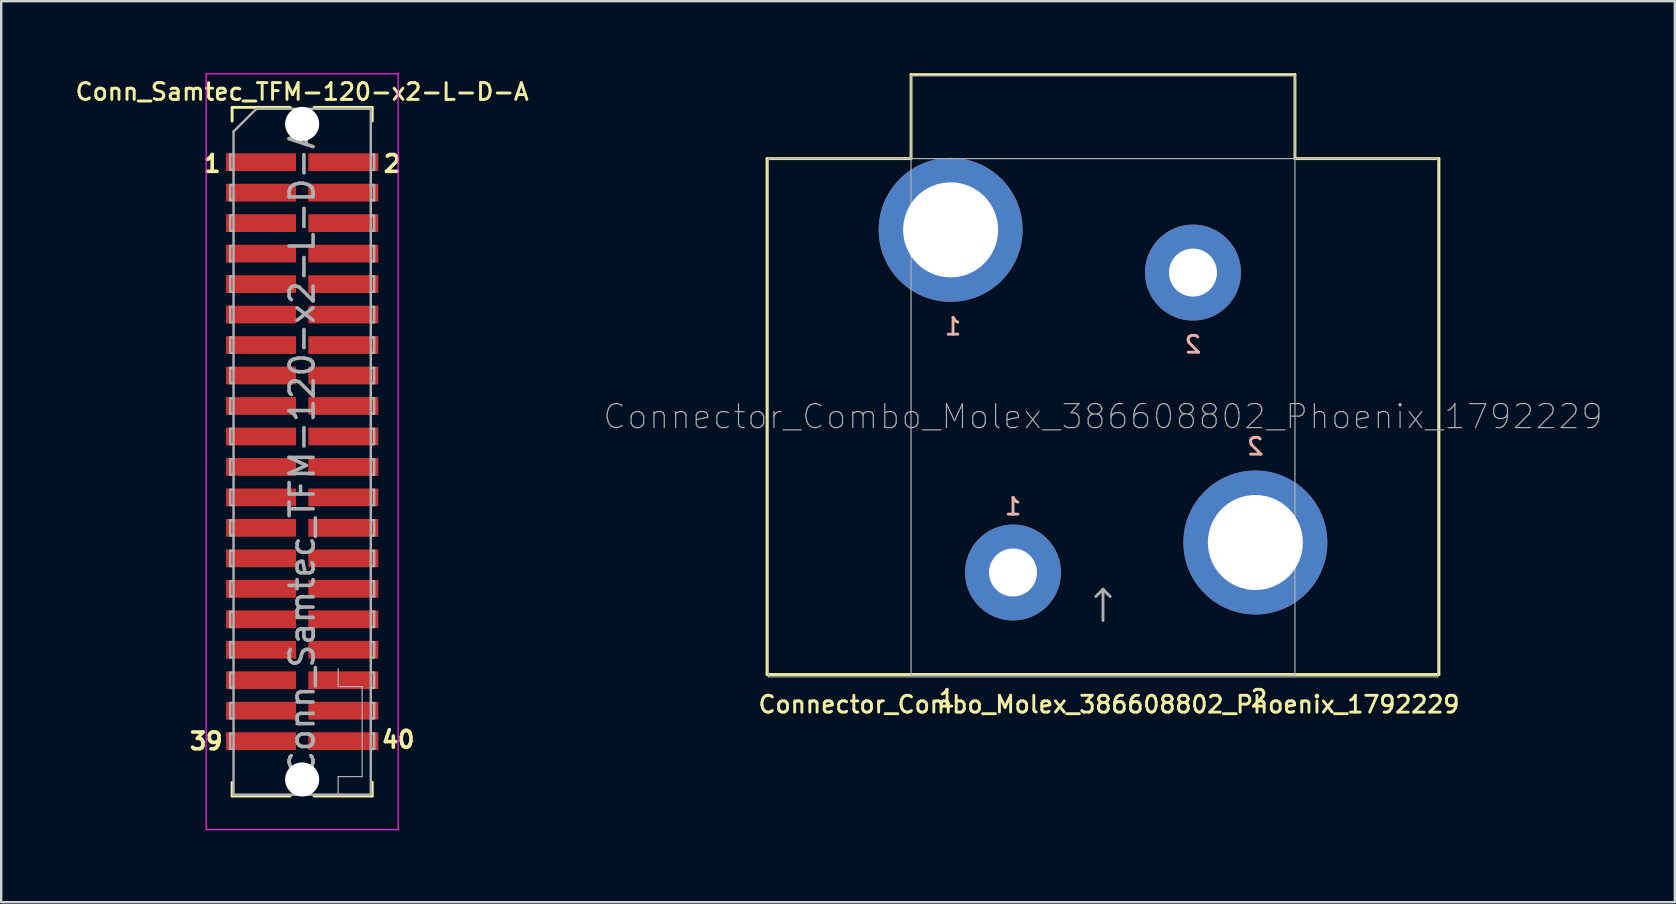
<source format=kicad_pcb>
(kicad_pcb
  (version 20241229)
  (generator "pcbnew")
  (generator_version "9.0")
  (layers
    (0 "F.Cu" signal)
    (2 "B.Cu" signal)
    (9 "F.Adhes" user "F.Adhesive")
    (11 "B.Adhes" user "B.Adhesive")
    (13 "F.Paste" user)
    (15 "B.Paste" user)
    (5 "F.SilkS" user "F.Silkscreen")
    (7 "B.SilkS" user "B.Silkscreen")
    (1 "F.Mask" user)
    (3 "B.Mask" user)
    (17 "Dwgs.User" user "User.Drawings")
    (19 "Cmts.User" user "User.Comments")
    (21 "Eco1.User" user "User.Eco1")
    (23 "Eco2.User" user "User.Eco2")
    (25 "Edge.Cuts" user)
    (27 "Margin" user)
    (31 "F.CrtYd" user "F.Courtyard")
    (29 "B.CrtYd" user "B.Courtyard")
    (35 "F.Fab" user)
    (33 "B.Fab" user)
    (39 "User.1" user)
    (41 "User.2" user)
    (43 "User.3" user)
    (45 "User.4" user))
  (footprint "Conn_Samtec_TFM-120-x2-L-D-A"
    (layer "F.Cu")
    (at 9.543 15.775)
    (property "Reference" "Conn_Samtec_TFM-120-x2-L-D-A" (at 0 -15 0) (layer "F.SilkS") (effects (font (size 0.7 0.7) (thickness 0.12))))
    (attr smd)
    (fp_line (start -2.92 -14.35) (end -2.92 -13.78) (stroke (width 0.12) (type solid)) (layer "F.SilkS"))
    (fp_line (start -2.92 -14.35) (end -0.5 -14.35) (stroke (width 0.12) (type solid)) (layer "F.SilkS"))
    (fp_line (start -2.92 13.78) (end -2.92 14.35) (stroke (width 0.12) (type solid)) (layer "F.SilkS"))
    (fp_line (start -2.92 14.35) (end -0.5 14.35) (stroke (width 0.12) (type solid)) (layer "F.SilkS"))
    (fp_line (start 0.5 -14.35) (end 2.92 -14.35) (stroke (width 0.12) (type solid)) (layer "F.SilkS"))
    (fp_line (start 0.5 14.35) (end 2.92 14.35) (stroke (width 0.12) (type solid)) (layer "F.SilkS"))
    (fp_line (start 2.92 -14.35) (end 2.92 -13.78) (stroke (width 0.12) (type solid)) (layer "F.SilkS"))
    (fp_line (start 2.92 13.78) (end 2.92 14.35) (stroke (width 0.12) (type solid)) (layer "F.SilkS"))
    (fp_line (start -4 15.75) (end -4 -15.75) (stroke (width 0.05) (type solid)) (layer "F.CrtYd"))
    (fp_line (start -4 15.75) (end 4 15.75) (stroke (width 0.05) (type solid)) (layer "F.CrtYd"))
    (fp_line (start 4 -15.75) (end -4 -15.75) (stroke (width 0.05) (type solid)) (layer "F.CrtYd"))
    (fp_line (start 4 15.75) (end 4 -15.75) (stroke (width 0.05) (type solid)) (layer "F.CrtYd"))
    (fp_line (start -3 -12.385) (end -3 -11.745) (stroke (width 0.1) (type solid)) (layer "F.Fab"))
    (fp_line (start -3 -11.745) (end -2.86 -11.745) (stroke (width 0.1) (type solid)) (layer "F.Fab"))
    (fp_line (start -3 -11.115) (end -3 -10.475) (stroke (width 0.1) (type solid)) (layer "F.Fab"))
    (fp_line (start -3 -10.475) (end -2.86 -10.475) (stroke (width 0.1) (type solid)) (layer "F.Fab"))
    (fp_line (start -3 -9.845) (end -3 -9.205) (stroke (width 0.1) (type solid)) (layer "F.Fab"))
    (fp_line (start -3 -9.205) (end -2.86 -9.205) (stroke (width 0.1) (type solid)) (layer "F.Fab"))
    (fp_line (start -3 -8.575) (end -3 -7.935) (stroke (width 0.1) (type solid)) (layer "F.Fab"))
    (fp_line (start -3 -7.935) (end -2.86 -7.935) (stroke (width 0.1) (type solid)) (layer "F.Fab"))
    (fp_line (start -3 -7.305) (end -3 -6.665) (stroke (width 0.1) (type solid)) (layer "F.Fab"))
    (fp_line (start -3 -6.665) (end -2.86 -6.665) (stroke (width 0.1) (type solid)) (layer "F.Fab"))
    (fp_line (start -3 -6.035) (end -3 -5.395) (stroke (width 0.1) (type solid)) (layer "F.Fab"))
    (fp_line (start -3 -5.395) (end -2.86 -5.395) (stroke (width 0.1) (type solid)) (layer "F.Fab"))
    (fp_line (start -3 -4.765) (end -3 -4.125) (stroke (width 0.1) (type solid)) (layer "F.Fab"))
    (fp_line (start -3 -4.125) (end -2.86 -4.125) (stroke (width 0.1) (type solid)) (layer "F.Fab"))
    (fp_line (start -3 -3.495) (end -3 -2.855) (stroke (width 0.1) (type solid)) (layer "F.Fab"))
    (fp_line (start -3 -2.855) (end -2.86 -2.855) (stroke (width 0.1) (type solid)) (layer "F.Fab"))
    (fp_line (start -3 -2.225) (end -3 -1.585) (stroke (width 0.1) (type solid)) (layer "F.Fab"))
    (fp_line (start -3 -1.585) (end -2.86 -1.585) (stroke (width 0.1) (type solid)) (layer "F.Fab"))
    (fp_line (start -3 -0.955) (end -3 -0.315) (stroke (width 0.1) (type solid)) (layer "F.Fab"))
    (fp_line (start -3 -0.315) (end -2.86 -0.315) (stroke (width 0.1) (type solid)) (layer "F.Fab"))
    (fp_line (start -3 0.315) (end -3 0.955) (stroke (width 0.1) (type solid)) (layer "F.Fab"))
    (fp_line (start -3 0.955) (end -2.86 0.955) (stroke (width 0.1) (type solid)) (layer "F.Fab"))
    (fp_line (start -3 1.585) (end -3 2.225) (stroke (width 0.1) (type solid)) (layer "F.Fab"))
    (fp_line (start -3 2.225) (end -2.86 2.225) (stroke (width 0.1) (type solid)) (layer "F.Fab"))
    (fp_line (start -3 2.855) (end -3 3.495) (stroke (width 0.1) (type solid)) (layer "F.Fab"))
    (fp_line (start -3 3.495) (end -2.86 3.495) (stroke (width 0.1) (type solid)) (layer "F.Fab"))
    (fp_line (start -3 4.125) (end -3 4.765) (stroke (width 0.1) (type solid)) (layer "F.Fab"))
    (fp_line (start -3 4.765) (end -2.86 4.765) (stroke (width 0.1) (type solid)) (layer "F.Fab"))
    (fp_line (start -3 5.395) (end -3 6.035) (stroke (width 0.1) (type solid)) (layer "F.Fab"))
    (fp_line (start -3 6.035) (end -2.86 6.035) (stroke (width 0.1) (type solid)) (layer "F.Fab"))
    (fp_line (start -3 6.665) (end -3 7.305) (stroke (width 0.1) (type solid)) (layer "F.Fab"))
    (fp_line (start -3 7.305) (end -2.86 7.305) (stroke (width 0.1) (type solid)) (layer "F.Fab"))
    (fp_line (start -3 7.935) (end -3 8.575) (stroke (width 0.1) (type solid)) (layer "F.Fab"))
    (fp_line (start -3 8.575) (end -2.86 8.575) (stroke (width 0.1) (type solid)) (layer "F.Fab"))
    (fp_line (start -3 9.205) (end -3 9.845) (stroke (width 0.1) (type solid)) (layer "F.Fab"))
    (fp_line (start -3 9.845) (end -2.86 9.845) (stroke (width 0.1) (type solid)) (layer "F.Fab"))
    (fp_line (start -3 10.475) (end -3 11.115) (stroke (width 0.1) (type solid)) (layer "F.Fab"))
    (fp_line (start -3 11.115) (end -2.86 11.115) (stroke (width 0.1) (type solid)) (layer "F.Fab"))
    (fp_line (start -3 11.745) (end -3 12.385) (stroke (width 0.1) (type solid)) (layer "F.Fab"))
    (fp_line (start -3 12.385) (end -2.86 12.385) (stroke (width 0.1) (type solid)) (layer "F.Fab"))
    (fp_line (start -2.86 -13.34) (end -1.91 -14.29) (stroke (width 0.1) (type solid)) (layer "F.Fab"))
    (fp_line (start -2.86 -12.385) (end -3 -12.385) (stroke (width 0.1) (type solid)) (layer "F.Fab"))
    (fp_line (start -2.86 -11.115) (end -3 -11.115) (stroke (width 0.1) (type solid)) (layer "F.Fab"))
    (fp_line (start -2.86 -9.845) (end -3 -9.845) (stroke (width 0.1) (type solid)) (layer "F.Fab"))
    (fp_line (start -2.86 -8.575) (end -3 -8.575) (stroke (width 0.1) (type solid)) (layer "F.Fab"))
    (fp_line (start -2.86 -7.305) (end -3 -7.305) (stroke (width 0.1) (type solid)) (layer "F.Fab"))
    (fp_line (start -2.86 -6.035) (end -3 -6.035) (stroke (width 0.1) (type solid)) (layer "F.Fab"))
    (fp_line (start -2.86 -4.765) (end -3 -4.765) (stroke (width 0.1) (type solid)) (layer "F.Fab"))
    (fp_line (start -2.86 -3.495) (end -3 -3.495) (stroke (width 0.1) (type solid)) (layer "F.Fab"))
    (fp_line (start -2.86 -2.225) (end -3 -2.225) (stroke (width 0.1) (type solid)) (layer "F.Fab"))
    (fp_line (start -2.86 -0.955) (end -3 -0.955) (stroke (width 0.1) (type solid)) (layer "F.Fab"))
    (fp_line (start -2.86 0.315) (end -3 0.315) (stroke (width 0.1) (type solid)) (layer "F.Fab"))
    (fp_line (start -2.86 1.585) (end -3 1.585) (stroke (width 0.1) (type solid)) (layer "F.Fab"))
    (fp_line (start -2.86 2.855) (end -3 2.855) (stroke (width 0.1) (type solid)) (layer "F.Fab"))
    (fp_line (start -2.86 4.125) (end -3 4.125) (stroke (width 0.1) (type solid)) (layer "F.Fab"))
    (fp_line (start -2.86 5.395) (end -3 5.395) (stroke (width 0.1) (type solid)) (layer "F.Fab"))
    (fp_line (start -2.86 6.665) (end -3 6.665) (stroke (width 0.1) (type solid)) (layer "F.Fab"))
    (fp_line (start -2.86 7.935) (end -3 7.935) (stroke (width 0.1) (type solid)) (layer "F.Fab"))
    (fp_line (start -2.86 9.205) (end -3 9.205) (stroke (width 0.1) (type solid)) (layer "F.Fab"))
    (fp_line (start -2.86 10.475) (end -3 10.475) (stroke (width 0.1) (type solid)) (layer "F.Fab"))
    (fp_line (start -2.86 11.745) (end -3 11.745) (stroke (width 0.1) (type solid)) (layer "F.Fab"))
    (fp_line (start -2.86 14.29) (end -2.86 -13.34) (stroke (width 0.1) (type solid)) (layer "F.Fab"))
    (fp_line (start -1.91 -14.29) (end 2.86 -14.29) (stroke (width 0.1) (type solid)) (layer "F.Fab"))
    (fp_line (start 1.5 9.79) (end 1.5 9.04) (stroke (width 0.05) (type solid)) (layer "F.Fab"))
    (fp_line (start 1.5 13.54) (end 2.5 13.54) (stroke (width 0.05) (type solid)) (layer "F.Fab"))
    (fp_line (start 1.5 14.29) (end 1.5 13.54) (stroke (width 0.05) (type solid)) (layer "F.Fab"))
    (fp_line (start 2.5 9.79) (end 1.5 9.79) (stroke (width 0.05) (type solid)) (layer "F.Fab"))
    (fp_line (start 2.5 13.54) (end 2.5 9.79) (stroke (width 0.05) (type solid)) (layer "F.Fab"))
    (fp_line (start 2.86 -14.29) (end 2.86 14.29) (stroke (width 0.1) (type solid)) (layer "F.Fab"))
    (fp_line (start 2.86 -11.745) (end 3 -11.745) (stroke (width 0.1) (type solid)) (layer "F.Fab"))
    (fp_line (start 2.86 -10.475) (end 3 -10.475) (stroke (width 0.1) (type solid)) (layer "F.Fab"))
    (fp_line (start 2.86 -9.205) (end 3 -9.205) (stroke (width 0.1) (type solid)) (layer "F.Fab"))
    (fp_line (start 2.86 -7.935) (end 3 -7.935) (stroke (width 0.1) (type solid)) (layer "F.Fab"))
    (fp_line (start 2.86 -6.665) (end 3 -6.665) (stroke (width 0.1) (type solid)) (layer "F.Fab"))
    (fp_line (start 2.86 -5.395) (end 3 -5.395) (stroke (width 0.1) (type solid)) (layer "F.Fab"))
    (fp_line (start 2.86 -4.125) (end 3 -4.125) (stroke (width 0.1) (type solid)) (layer "F.Fab"))
    (fp_line (start 2.86 -2.855) (end 3 -2.855) (stroke (width 0.1) (type solid)) (layer "F.Fab"))
    (fp_line (start 2.86 -1.585) (end 3 -1.585) (stroke (width 0.1) (type solid)) (layer "F.Fab"))
    (fp_line (start 2.86 -0.315) (end 3 -0.315) (stroke (width 0.1) (type solid)) (layer "F.Fab"))
    (fp_line (start 2.86 0.955) (end 3 0.955) (stroke (width 0.1) (type solid)) (layer "F.Fab"))
    (fp_line (start 2.86 2.225) (end 3 2.225) (stroke (width 0.1) (type solid)) (layer "F.Fab"))
    (fp_line (start 2.86 3.495) (end 3 3.495) (stroke (width 0.1) (type solid)) (layer "F.Fab"))
    (fp_line (start 2.86 4.765) (end 3 4.765) (stroke (width 0.1) (type solid)) (layer "F.Fab"))
    (fp_line (start 2.86 6.035) (end 3 6.035) (stroke (width 0.1) (type solid)) (layer "F.Fab"))
    (fp_line (start 2.86 7.305) (end 3 7.305) (stroke (width 0.1) (type solid)) (layer "F.Fab"))
    (fp_line (start 2.86 8.575) (end 3 8.575) (stroke (width 0.1) (type solid)) (layer "F.Fab"))
    (fp_line (start 2.86 9.845) (end 3 9.845) (stroke (width 0.1) (type solid)) (layer "F.Fab"))
    (fp_line (start 2.86 11.115) (end 3 11.115) (stroke (width 0.1) (type solid)) (layer "F.Fab"))
    (fp_line (start 2.86 12.385) (end 3 12.385) (stroke (width 0.1) (type solid)) (layer "F.Fab"))
    (fp_line (start 2.86 14.29) (end -2.86 14.29) (stroke (width 0.1) (type solid)) (layer "F.Fab"))
    (fp_line (start 3 -12.385) (end 2.86 -12.385) (stroke (width 0.1) (type solid)) (layer "F.Fab"))
    (fp_line (start 3 -11.745) (end 3 -12.385) (stroke (width 0.1) (type solid)) (layer "F.Fab"))
    (fp_line (start 3 -11.115) (end 2.86 -11.115) (stroke (width 0.1) (type solid)) (layer "F.Fab"))
    (fp_line (start 3 -10.475) (end 3 -11.115) (stroke (width 0.1) (type solid)) (layer "F.Fab"))
    (fp_line (start 3 -9.845) (end 2.86 -9.845) (stroke (width 0.1) (type solid)) (layer "F.Fab"))
    (fp_line (start 3 -9.205) (end 3 -9.845) (stroke (width 0.1) (type solid)) (layer "F.Fab"))
    (fp_line (start 3 -8.575) (end 2.86 -8.575) (stroke (width 0.1) (type solid)) (layer "F.Fab"))
    (fp_line (start 3 -7.935) (end 3 -8.575) (stroke (width 0.1) (type solid)) (layer "F.Fab"))
    (fp_line (start 3 -7.305) (end 2.86 -7.305) (stroke (width 0.1) (type solid)) (layer "F.Fab"))
    (fp_line (start 3 -6.665) (end 3 -7.305) (stroke (width 0.1) (type solid)) (layer "F.Fab"))
    (fp_line (start 3 -6.035) (end 2.86 -6.035) (stroke (width 0.1) (type solid)) (layer "F.Fab"))
    (fp_line (start 3 -5.395) (end 3 -6.035) (stroke (width 0.1) (type solid)) (layer "F.Fab"))
    (fp_line (start 3 -4.765) (end 2.86 -4.765) (stroke (width 0.1) (type solid)) (layer "F.Fab"))
    (fp_line (start 3 -4.125) (end 3 -4.765) (stroke (width 0.1) (type solid)) (layer "F.Fab"))
    (fp_line (start 3 -3.495) (end 2.86 -3.495) (stroke (width 0.1) (type solid)) (layer "F.Fab"))
    (fp_line (start 3 -2.855) (end 3 -3.495) (stroke (width 0.1) (type solid)) (layer "F.Fab"))
    (fp_line (start 3 -2.225) (end 2.86 -2.225) (stroke (width 0.1) (type solid)) (layer "F.Fab"))
    (fp_line (start 3 -1.585) (end 3 -2.225) (stroke (width 0.1) (type solid)) (layer "F.Fab"))
    (fp_line (start 3 -0.955) (end 2.86 -0.955) (stroke (width 0.1) (type solid)) (layer "F.Fab"))
    (fp_line (start 3 -0.315) (end 3 -0.955) (stroke (width 0.1) (type solid)) (layer "F.Fab"))
    (fp_line (start 3 0.315) (end 2.86 0.315) (stroke (width 0.1) (type solid)) (layer "F.Fab"))
    (fp_line (start 3 0.955) (end 3 0.315) (stroke (width 0.1) (type solid)) (layer "F.Fab"))
    (fp_line (start 3 1.585) (end 2.86 1.585) (stroke (width 0.1) (type solid)) (layer "F.Fab"))
    (fp_line (start 3 2.225) (end 3 1.585) (stroke (width 0.1) (type solid)) (layer "F.Fab"))
    (fp_line (start 3 2.855) (end 2.86 2.855) (stroke (width 0.1) (type solid)) (layer "F.Fab"))
    (fp_line (start 3 3.495) (end 3 2.855) (stroke (width 0.1) (type solid)) (layer "F.Fab"))
    (fp_line (start 3 4.125) (end 2.86 4.125) (stroke (width 0.1) (type solid)) (layer "F.Fab"))
    (fp_line (start 3 4.765) (end 3 4.125) (stroke (width 0.1) (type solid)) (layer "F.Fab"))
    (fp_line (start 3 5.395) (end 2.86 5.395) (stroke (width 0.1) (type solid)) (layer "F.Fab"))
    (fp_line (start 3 6.035) (end 3 5.395) (stroke (width 0.1) (type solid)) (layer "F.Fab"))
    (fp_line (start 3 6.665) (end 2.86 6.665) (stroke (width 0.1) (type solid)) (layer "F.Fab"))
    (fp_line (start 3 7.305) (end 3 6.665) (stroke (width 0.1) (type solid)) (layer "F.Fab"))
    (fp_line (start 3 7.935) (end 2.86 7.935) (stroke (width 0.1) (type solid)) (layer "F.Fab"))
    (fp_line (start 3 8.575) (end 3 7.935) (stroke (width 0.1) (type solid)) (layer "F.Fab"))
    (fp_line (start 3 9.205) (end 2.86 9.205) (stroke (width 0.1) (type solid)) (layer "F.Fab"))
    (fp_line (start 3 9.845) (end 3 9.205) (stroke (width 0.1) (type solid)) (layer "F.Fab"))
    (fp_line (start 3 10.475) (end 2.86 10.475) (stroke (width 0.1) (type solid)) (layer "F.Fab"))
    (fp_line (start 3 11.115) (end 3 10.475) (stroke (width 0.1) (type solid)) (layer "F.Fab"))
    (fp_line (start 3 11.745) (end 2.86 11.745) (stroke (width 0.1) (type solid)) (layer "F.Fab"))
    (fp_line (start 3 12.385) (end 3 11.745) (stroke (width 0.1) (type solid)) (layer "F.Fab"))
    (fp_text user "1" (at -3.75 -12 0) (layer "F.SilkS") (effects (font (size 0.7 0.7) (thickness 0.15))))
    (fp_text user "40" (at 4 12 180) (layer "F.SilkS") (effects (font (size 0.7 0.7) (thickness 0.15))))
    (fp_text user "39" (at -4 12.065 0) (layer "F.SilkS") (effects (font (size 0.7 0.7) (thickness 0.15))))
    (fp_text user "2" (at 3.75 -12 180) (layer "F.SilkS") (effects (font (size 0.7 0.7) (thickness 0.15))))
    (fp_text user "${REFERENCE}" (at 0 0 90) (layer "F.Fab") (effects (font (size 1 1) (thickness 0.15))))
    (pad "" np_thru_hole circle (at 0 -13.66) (size 1.42 1.42) (drill 1.42) (layers "*.Cu" "*.Mask"))
    (pad "" np_thru_hole circle (at 0 13.66) (size 1.42 1.42) (drill 1.42) (layers "*.Cu" "*.Mask"))
    (pad "1" smd rect (at -1.715 -12.065) (size 2.92 0.74) (layers "F.Cu" "F.Mask" "F.Paste"))
    (pad "2" smd rect (at 1.715 -12.065) (size 2.92 0.74) (layers "F.Cu" "F.Mask" "F.Paste"))
    (pad "3" smd rect (at -1.715 -10.795) (size 2.92 0.74) (layers "F.Cu" "F.Mask" "F.Paste"))
    (pad "4" smd rect (at 1.715 -10.795) (size 2.92 0.74) (layers "F.Cu" "F.Mask" "F.Paste"))
    (pad "5" smd rect (at -1.715 -9.525) (size 2.92 0.74) (layers "F.Cu" "F.Mask" "F.Paste"))
    (pad "6" smd rect (at 1.715 -9.525) (size 2.92 0.74) (layers "F.Cu" "F.Mask" "F.Paste"))
    (pad "7" smd rect (at -1.715 -8.255) (size 2.92 0.74) (layers "F.Cu" "F.Mask" "F.Paste"))
    (pad "8" smd rect (at 1.715 -8.255) (size 2.92 0.74) (layers "F.Cu" "F.Mask" "F.Paste"))
    (pad "9" smd rect (at -1.715 -6.985) (size 2.92 0.74) (layers "F.Cu" "F.Mask" "F.Paste"))
    (pad "10" smd rect (at 1.715 -6.985) (size 2.92 0.74) (layers "F.Cu" "F.Mask" "F.Paste"))
    (pad "11" smd rect (at -1.715 -5.715) (size 2.92 0.74) (layers "F.Cu" "F.Mask" "F.Paste"))
    (pad "12" smd rect (at 1.715 -5.715) (size 2.92 0.74) (layers "F.Cu" "F.Mask" "F.Paste"))
    (pad "13" smd rect (at -1.715 -4.445) (size 2.92 0.74) (layers "F.Cu" "F.Mask" "F.Paste"))
    (pad "14" smd rect (at 1.715 -4.445) (size 2.92 0.74) (layers "F.Cu" "F.Mask" "F.Paste"))
    (pad "15" smd rect (at -1.715 -3.175) (size 2.92 0.74) (layers "F.Cu" "F.Mask" "F.Paste"))
    (pad "16" smd rect (at 1.715 -3.175) (size 2.92 0.74) (layers "F.Cu" "F.Mask" "F.Paste"))
    (pad "17" smd rect (at -1.715 -1.905) (size 2.92 0.74) (layers "F.Cu" "F.Mask" "F.Paste"))
    (pad "18" smd rect (at 1.715 -1.905) (size 2.92 0.74) (layers "F.Cu" "F.Mask" "F.Paste"))
    (pad "19" smd rect (at -1.715 -0.635) (size 2.92 0.74) (layers "F.Cu" "F.Mask" "F.Paste"))
    (pad "20" smd rect (at 1.715 -0.635) (size 2.92 0.74) (layers "F.Cu" "F.Mask" "F.Paste"))
    (pad "21" smd rect (at -1.715 0.635) (size 2.92 0.74) (layers "F.Cu" "F.Mask" "F.Paste"))
    (pad "22" smd rect (at 1.715 0.635) (size 2.92 0.74) (layers "F.Cu" "F.Mask" "F.Paste"))
    (pad "23" smd rect (at -1.715 1.905) (size 2.92 0.74) (layers "F.Cu" "F.Mask" "F.Paste"))
    (pad "24" smd rect (at 1.715 1.905) (size 2.92 0.74) (layers "F.Cu" "F.Mask" "F.Paste"))
    (pad "25" smd rect (at -1.715 3.175) (size 2.92 0.74) (layers "F.Cu" "F.Mask" "F.Paste"))
    (pad "26" smd rect (at 1.715 3.175) (size 2.92 0.74) (layers "F.Cu" "F.Mask" "F.Paste"))
    (pad "27" smd rect (at -1.715 4.445) (size 2.92 0.74) (layers "F.Cu" "F.Mask" "F.Paste"))
    (pad "28" smd rect (at 1.715 4.445) (size 2.92 0.74) (layers "F.Cu" "F.Mask" "F.Paste"))
    (pad "29" smd rect (at -1.715 5.715) (size 2.92 0.74) (layers "F.Cu" "F.Mask" "F.Paste"))
    (pad "30" smd rect (at 1.715 5.715) (size 2.92 0.74) (layers "F.Cu" "F.Mask" "F.Paste"))
    (pad "31" smd rect (at -1.715 6.985) (size 2.92 0.74) (layers "F.Cu" "F.Mask" "F.Paste"))
    (pad "32" smd rect (at 1.715 6.985) (size 2.92 0.74) (layers "F.Cu" "F.Mask" "F.Paste"))
    (pad "33" smd rect (at -1.715 8.255) (size 2.92 0.74) (layers "F.Cu" "F.Mask" "F.Paste"))
    (pad "34" smd rect (at 1.715 8.255) (size 2.92 0.74) (layers "F.Cu" "F.Mask" "F.Paste"))
    (pad "35" smd rect (at -1.715 9.525) (size 2.92 0.74) (layers "F.Cu" "F.Mask" "F.Paste"))
    (pad "36" smd rect (at 1.715 9.525) (size 2.92 0.74) (layers "F.Cu" "F.Mask" "F.Paste"))
    (pad "37" smd rect (at -1.715 10.795) (size 2.92 0.74) (layers "F.Cu" "F.Mask" "F.Paste"))
    (pad "38" smd rect (at 1.715 10.795) (size 2.92 0.74) (layers "F.Cu" "F.Mask" "F.Paste"))
    (pad "39" smd rect (at -1.715 12.065) (size 2.92 0.74) (layers "F.Cu" "F.Mask" "F.Paste"))
    (pad "40" smd rect (at 1.715 12.065) (size 2.92 0.74) (layers "F.Cu" "F.Mask" "F.Paste")))
  (footprint "Connector_Combo_Molex_386608802_Phoenix_1792229"
    (layer "F.Cu")
    (at 42.919 19.56)
    (property "Reference" "Connector_Combo_Molex_386608802_Phoenix_1792229" (at 0.25 6.75 0) (layer "F.SilkS") (effects (font (size 0.7 0.7) (thickness 0.12))))
    (attr through_hole)
    (fp_line (start -14 -16) (end -8 -16) (stroke (width 0.12) (type solid)) (layer "F.SilkS"))
    (fp_line (start -14 5.5) (end -14 -16) (stroke (width 0.12) (type solid)) (layer "F.SilkS"))
    (fp_line (start -8 -19.5) (end 8 -19.5) (stroke (width 0.12) (type solid)) (layer "F.SilkS"))
    (fp_line (start -8 -16) (end -8 -19.5) (stroke (width 0.12) (type solid)) (layer "F.SilkS"))
    (fp_line (start 8 -19.5) (end 8 -16) (stroke (width 0.12) (type solid)) (layer "F.SilkS"))
    (fp_line (start 8 -16) (end 14 -16) (stroke (width 0.12) (type solid)) (layer "F.SilkS"))
    (fp_line (start 14 -16) (end 14 5.5) (stroke (width 0.12) (type solid)) (layer "F.SilkS"))
    (fp_line (start 14 5.5) (end -14 5.5) (stroke (width 0.12) (type solid)) (layer "F.SilkS"))
    (fp_line (start -13.95 -16) (end 13.95 -16) (stroke (width 0.05) (type solid)) (layer "F.Fab"))
    (fp_line (start -13.95 5.6) (end -13.95 -16) (stroke (width 0.05) (type solid)) (layer "F.Fab"))
    (fp_line (start -13.95 5.6) (end 13.95 5.6) (stroke (width 0.05) (type solid)) (layer "F.Fab"))
    (fp_line (start -8 -19.45) (end 8 -19.45) (stroke (width 0.05) (type solid)) (layer "F.Fab"))
    (fp_line (start -8 5.55) (end -8 -19.45) (stroke (width 0.05) (type solid)) (layer "F.Fab"))
    (fp_line (start -8 5.55) (end 8 5.55) (stroke (width 0.05) (type solid)) (layer "F.Fab"))
    (fp_line (start 0 1.95) (end -0.3 2.25) (stroke (width 0.12) (type solid)) (layer "F.Fab"))
    (fp_line (start 0 1.95) (end 0.3 2.25) (stroke (width 0.12) (type solid)) (layer "F.Fab"))
    (fp_line (start 0 3.25) (end 0 1.95) (stroke (width 0.12) (type solid)) (layer "F.Fab"))
    (fp_line (start 8 5.55) (end 8 -19.45) (stroke (width 0.05) (type solid)) (layer "F.Fab"))
    (fp_line (start 13.95 5.6) (end 13.95 -16) (stroke (width 0.05) (type solid)) (layer "F.Fab"))
    (fp_text user "2" (at 6.5 6.5 0) (layer "F.SilkS") (effects (font (size 0.7 0.7) (thickness 0.12))))
    (fp_text user "1" (at -6.5 6.5 0) (layer "F.SilkS") (effects (font (size 0.7 0.7) (thickness 0.12))))
    (fp_text user "2" (at 3.75 -8.25 0) (layer "B.SilkS") (effects (font (size 0.7 0.7) (thickness 0.12)) (justify mirror)))
    (fp_text user "1" (at -3.75 -1.5 0) (layer "B.SilkS") (effects (font (size 0.7 0.7) (thickness 0.12)) (justify mirror)))
    (fp_text user "1" (at -6.25 -9 0) (layer "B.SilkS") (effects (font (size 0.7 0.7) (thickness 0.12)) (justify mirror)))
    (fp_text user "2" (at 6.35 -4 0) (layer "B.SilkS") (effects (font (size 0.7 0.7) (thickness 0.12)) (justify mirror)))
    (fp_text user "${REFERENCE}" (at 0 -5.25 0) (layer "F.Fab") (effects (font (size 1 1) (thickness 0.05))))
    (pad "1" thru_hole circle (at -6.35 -13.03) (size 6 6) (drill 3.96) (layers "*.Cu" "*.Mask"))
    (pad "1" thru_hole circle (at -3.75 1.25) (size 4 4) (drill 2) (layers "*.Cu" "*.Mask"))
    (pad "2" thru_hole circle (at 3.75 -11.25) (size 4 4) (drill 2) (layers "*.Cu" "*.Mask"))
    (pad "2" thru_hole circle (at 6.35 0) (size 6 6) (drill 3.96) (layers "*.Cu" "*.Mask")))
  (gr_rect
    (start -3 -3)
    (end 66.751 34.55)
    (stroke (width 0.1) (type default))
    (fill no)
    (layer "Edge.Cuts")))
</source>
